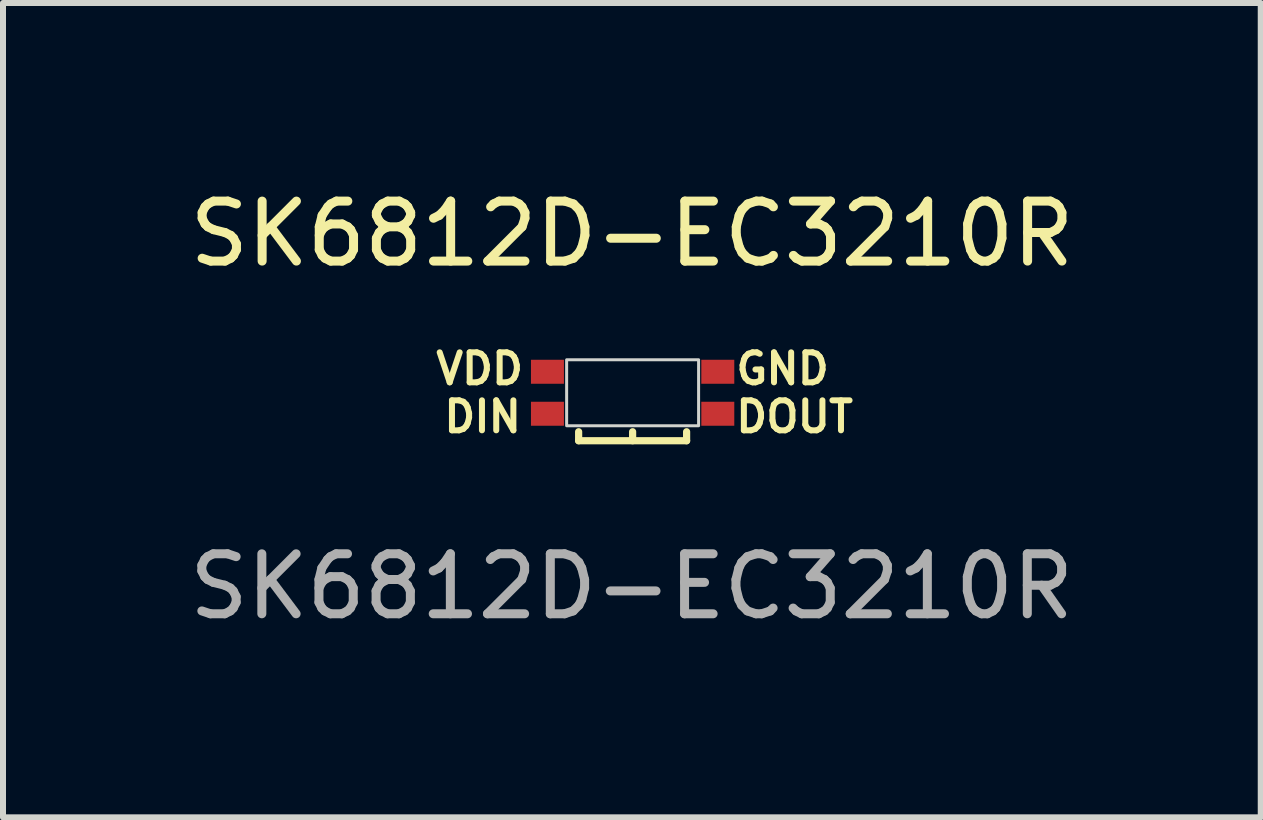
<source format=kicad_pcb>
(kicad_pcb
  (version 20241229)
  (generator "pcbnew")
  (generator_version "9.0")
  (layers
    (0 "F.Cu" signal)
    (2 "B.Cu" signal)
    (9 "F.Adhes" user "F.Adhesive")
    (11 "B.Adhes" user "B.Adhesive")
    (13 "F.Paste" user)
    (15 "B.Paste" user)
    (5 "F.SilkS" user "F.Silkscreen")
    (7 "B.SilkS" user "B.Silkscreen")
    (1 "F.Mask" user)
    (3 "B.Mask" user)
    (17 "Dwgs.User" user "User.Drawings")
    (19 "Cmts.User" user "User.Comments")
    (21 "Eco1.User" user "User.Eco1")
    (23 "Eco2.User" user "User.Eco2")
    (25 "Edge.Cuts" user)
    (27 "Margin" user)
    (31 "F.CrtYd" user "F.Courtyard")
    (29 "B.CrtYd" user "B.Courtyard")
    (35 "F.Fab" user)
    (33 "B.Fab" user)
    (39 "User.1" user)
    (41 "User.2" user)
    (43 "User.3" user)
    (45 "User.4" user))
  (footprint "SK6812D-EC3210R"
    (layer "F.Cu")
    (at 7.497 3.498)
    (property "Reference" "SK6812D-EC3210R" (at -0.01 -2.65 0) (unlocked yes) (layer "F.SilkS") (effects (font (size 1 1) (thickness 0.15))))
    (attr smd)
    (fp_line (start -0.9 0.8) (end -0.9 0.65) (stroke (width 0.12) (type solid)) (layer "F.SilkS"))
    (fp_line (start -0.9 0.8) (end 0.9 0.8) (stroke (width 0.12) (type solid)) (layer "F.SilkS"))
    (fp_line (start 0 0.65) (end 0 0.8) (stroke (width 0.12) (type solid)) (layer "F.SilkS"))
    (fp_line (start 0.9 0.65) (end 0.9 0.8) (stroke (width 0.12) (type solid)) (layer "F.SilkS"))
    (fp_rect (start -1.1 -0.55) (end 1.1 0.55) (stroke (width 0.05) (type solid)) (fill no) (layer "Edge.Cuts"))
    (fp_text user "DIN" (at -2.5 0.4 0) (unlocked yes) (layer "F.SilkS") (effects (font (size 0.5 0.5) (thickness 0.1))))
    (fp_text user "GND" (at 2.5 -0.4 0) (unlocked yes) (layer "F.SilkS") (effects (font (size 0.5 0.5) (thickness 0.1))))
    (fp_text user "VDD" (at -2.55 -0.4 0) (unlocked yes) (layer "F.SilkS") (effects (font (size 0.5 0.5) (thickness 0.1))))
    (fp_text user "DOUT" (at 2.7 0.4 0) (unlocked yes) (layer "F.SilkS") (effects (font (size 0.5 0.5) (thickness 0.1))))
    (fp_text user "${REFERENCE}" (at -0.015 3.23 0) (unlocked yes) (layer "F.Fab") (effects (font (size 1 1) (thickness 0.15))))
    (pad "1" smd rect (at 1.42 -0.35) (size 0.55 0.4) (layers "F.Cu" "F.Mask" "F.Paste"))
    (pad "2" smd rect (at 1.42 0.35) (size 0.55 0.4) (layers "F.Cu" "F.Mask" "F.Paste"))
    (pad "3" smd rect (at -1.42 0.35) (size 0.55 0.4) (layers "F.Cu" "F.Mask" "F.Paste"))
    (pad "4" smd rect (at -1.42 -0.35) (size 0.55 0.4) (layers "F.Cu" "F.Mask" "F.Paste")))
  (gr_rect
    (start -3 -3)
    (end 17.969 10.576)
    (stroke (width 0.1) (type default))
    (fill no)
    (layer "Edge.Cuts")))
</source>
